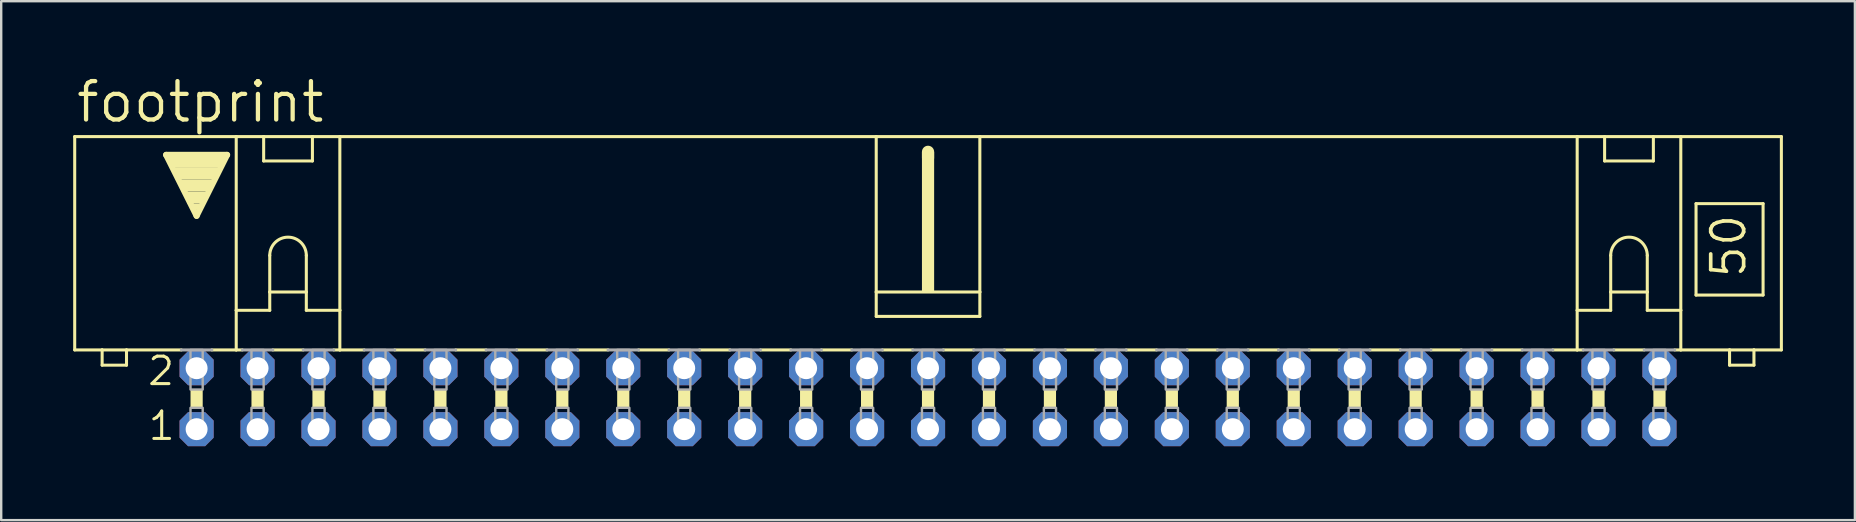
<source format=kicad_pcb>
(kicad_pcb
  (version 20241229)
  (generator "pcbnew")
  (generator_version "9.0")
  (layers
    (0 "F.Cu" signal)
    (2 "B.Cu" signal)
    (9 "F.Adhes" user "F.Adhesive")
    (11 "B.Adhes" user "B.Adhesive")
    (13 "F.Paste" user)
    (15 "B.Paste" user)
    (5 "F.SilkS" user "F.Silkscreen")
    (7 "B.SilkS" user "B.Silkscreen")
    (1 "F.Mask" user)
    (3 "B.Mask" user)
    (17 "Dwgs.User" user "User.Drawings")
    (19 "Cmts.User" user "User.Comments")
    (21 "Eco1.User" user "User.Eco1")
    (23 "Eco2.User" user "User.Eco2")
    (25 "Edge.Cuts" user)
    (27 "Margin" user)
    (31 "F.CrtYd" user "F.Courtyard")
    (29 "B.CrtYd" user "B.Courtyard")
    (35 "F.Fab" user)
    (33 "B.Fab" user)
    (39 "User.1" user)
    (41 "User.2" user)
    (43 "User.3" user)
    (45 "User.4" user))
  (footprint "footprint"
    (layer "F.Cu")
    (at 35.623 13.564)
    (property "Reference" "footprint" (at -35.585 -11.43 0) (layer "F.SilkS") (effects (font (size 1.6 1.6) (thickness 0.178)) (justify left bottom)))
    (fp_line (start -35.56 -10.922) (end -35.56 -2.032) (stroke (width 0.127) (type solid)) (layer "F.SilkS"))
    (fp_line (start -34.417 -2.032) (end -35.56 -2.032) (stroke (width 0.127) (type solid)) (layer "F.SilkS"))
    (fp_line (start -34.417 -2.032) (end -34.417 -1.397) (stroke (width 0.127) (type solid)) (layer "F.SilkS"))
    (fp_line (start -33.401 -2.032) (end -34.417 -2.032) (stroke (width 0.127) (type solid)) (layer "F.SilkS"))
    (fp_line (start -33.401 -1.397) (end -34.417 -1.397) (stroke (width 0.127) (type solid)) (layer "F.SilkS"))
    (fp_line (start -33.401 -1.397) (end -33.401 -2.032) (stroke (width 0.127) (type solid)) (layer "F.SilkS"))
    (fp_line (start -31.75 -10.16) (end -29.21 -10.16) (stroke (width 0.254) (type solid)) (layer "F.SilkS"))
    (fp_line (start -31.115 -2.032) (end -33.401 -2.032) (stroke (width 0.127) (type solid)) (layer "F.SilkS"))
    (fp_line (start -30.48 -7.62) (end -31.75 -10.16) (stroke (width 0.254) (type solid)) (layer "F.SilkS"))
    (fp_line (start -29.845 -2.032) (end -28.829 -2.032) (stroke (width 0.127) (type solid)) (layer "F.SilkS"))
    (fp_line (start -29.21 -10.16) (end -30.48 -7.62) (stroke (width 0.254) (type solid)) (layer "F.SilkS"))
    (fp_line (start -28.829 -10.922) (end -35.56 -10.922) (stroke (width 0.127) (type solid)) (layer "F.SilkS"))
    (fp_line (start -28.829 -10.922) (end -27.686 -10.922) (stroke (width 0.127) (type solid)) (layer "F.SilkS"))
    (fp_line (start -28.829 -3.683) (end -28.829 -10.922) (stroke (width 0.127) (type solid)) (layer "F.SilkS"))
    (fp_line (start -28.829 -3.683) (end -28.829 -2.032) (stroke (width 0.127) (type solid)) (layer "F.SilkS"))
    (fp_line (start -28.829 -3.683) (end -27.432 -3.683) (stroke (width 0.127) (type solid)) (layer "F.SilkS"))
    (fp_line (start -28.829 -2.032) (end -28.575 -2.032) (stroke (width 0.127) (type solid)) (layer "F.SilkS"))
    (fp_line (start -27.686 -10.922) (end -25.654 -10.922) (stroke (width 0.127) (type solid)) (layer "F.SilkS"))
    (fp_line (start -27.686 -9.906) (end -27.686 -10.922) (stroke (width 0.127) (type solid)) (layer "F.SilkS"))
    (fp_line (start -27.686 -9.906) (end -25.654 -9.906) (stroke (width 0.127) (type solid)) (layer "F.SilkS"))
    (fp_line (start -27.432 -5.969) (end -27.432 -4.445) (stroke (width 0.127) (type solid)) (layer "F.SilkS"))
    (fp_line (start -27.432 -4.445) (end -27.432 -3.683) (stroke (width 0.127) (type solid)) (layer "F.SilkS"))
    (fp_line (start -27.432 -4.445) (end -25.908 -4.445) (stroke (width 0.127) (type solid)) (layer "F.SilkS"))
    (fp_line (start -27.305 -2.032) (end -26.035 -2.032) (stroke (width 0.127) (type solid)) (layer "F.SilkS"))
    (fp_line (start -25.908 -5.969) (end -25.908 -4.445) (stroke (width 0.127) (type solid)) (layer "F.SilkS"))
    (fp_line (start -25.908 -4.445) (end -25.908 -3.683) (stroke (width 0.127) (type solid)) (layer "F.SilkS"))
    (fp_line (start -25.908 -3.683) (end -24.511 -3.683) (stroke (width 0.127) (type solid)) (layer "F.SilkS"))
    (fp_line (start -25.654 -10.922) (end -25.654 -9.906) (stroke (width 0.127) (type solid)) (layer "F.SilkS"))
    (fp_line (start -25.654 -10.922) (end -24.511 -10.922) (stroke (width 0.127) (type solid)) (layer "F.SilkS"))
    (fp_line (start -24.511 -10.922) (end -2.159 -10.922) (stroke (width 0.127) (type solid)) (layer "F.SilkS"))
    (fp_line (start -24.511 -3.683) (end -24.511 -10.922) (stroke (width 0.127) (type solid)) (layer "F.SilkS"))
    (fp_line (start -24.511 -3.683) (end -24.511 -2.032) (stroke (width 0.127) (type solid)) (layer "F.SilkS"))
    (fp_line (start -24.511 -2.032) (end -24.765 -2.032) (stroke (width 0.127) (type solid)) (layer "F.SilkS"))
    (fp_line (start -24.511 -2.032) (end -23.495 -2.032) (stroke (width 0.127) (type solid)) (layer "F.SilkS"))
    (fp_line (start -22.225 -2.032) (end -20.955 -2.032) (stroke (width 0.127) (type solid)) (layer "F.SilkS"))
    (fp_line (start -19.685 -2.032) (end -18.415 -2.032) (stroke (width 0.127) (type solid)) (layer "F.SilkS"))
    (fp_line (start -17.145 -2.032) (end -15.875 -2.032) (stroke (width 0.127) (type solid)) (layer "F.SilkS"))
    (fp_line (start -14.605 -2.032) (end -13.335 -2.032) (stroke (width 0.127) (type solid)) (layer "F.SilkS"))
    (fp_line (start -12.065 -2.032) (end -10.795 -2.032) (stroke (width 0.127) (type solid)) (layer "F.SilkS"))
    (fp_line (start -9.525 -2.032) (end -8.255 -2.032) (stroke (width 0.127) (type solid)) (layer "F.SilkS"))
    (fp_line (start -6.985 -2.032) (end -5.715 -2.032) (stroke (width 0.127) (type solid)) (layer "F.SilkS"))
    (fp_line (start -4.445 -2.032) (end -3.175 -2.032) (stroke (width 0.127) (type solid)) (layer "F.SilkS"))
    (fp_line (start -2.159 -10.922) (end -2.159 -4.445) (stroke (width 0.127) (type solid)) (layer "F.SilkS"))
    (fp_line (start -2.159 -10.922) (end 2.159 -10.922) (stroke (width 0.127) (type solid)) (layer "F.SilkS"))
    (fp_line (start -2.159 -4.445) (end -2.159 -3.429) (stroke (width 0.127) (type solid)) (layer "F.SilkS"))
    (fp_line (start -1.905 -2.032) (end -0.635 -2.032) (stroke (width 0.127) (type solid)) (layer "F.SilkS"))
    (fp_line (start 0 -10.033) (end 0 -10.287) (stroke (width 0.508) (type solid)) (layer "F.SilkS"))
    (fp_line (start 0.635 -2.032) (end 1.905 -2.032) (stroke (width 0.127) (type solid)) (layer "F.SilkS"))
    (fp_line (start 2.159 -10.922) (end 2.159 -4.445) (stroke (width 0.127) (type solid)) (layer "F.SilkS"))
    (fp_line (start 2.159 -10.922) (end 27.051 -10.922) (stroke (width 0.127) (type solid)) (layer "F.SilkS"))
    (fp_line (start 2.159 -4.445) (end -2.159 -4.445) (stroke (width 0.127) (type solid)) (layer "F.SilkS"))
    (fp_line (start 2.159 -4.445) (end 2.159 -3.429) (stroke (width 0.127) (type solid)) (layer "F.SilkS"))
    (fp_line (start 2.159 -3.429) (end -2.159 -3.429) (stroke (width 0.127) (type solid)) (layer "F.SilkS"))
    (fp_line (start 3.175 -2.032) (end 4.445 -2.032) (stroke (width 0.127) (type solid)) (layer "F.SilkS"))
    (fp_line (start 5.715 -2.032) (end 6.985 -2.032) (stroke (width 0.127) (type solid)) (layer "F.SilkS"))
    (fp_line (start 8.255 -2.032) (end 9.525 -2.032) (stroke (width 0.127) (type solid)) (layer "F.SilkS"))
    (fp_line (start 10.795 -2.032) (end 12.065 -2.032) (stroke (width 0.127) (type solid)) (layer "F.SilkS"))
    (fp_line (start 13.335 -2.032) (end 14.605 -2.032) (stroke (width 0.127) (type solid)) (layer "F.SilkS"))
    (fp_line (start 15.875 -2.032) (end 17.145 -2.032) (stroke (width 0.127) (type solid)) (layer "F.SilkS"))
    (fp_line (start 18.415 -2.032) (end 19.685 -2.032) (stroke (width 0.127) (type solid)) (layer "F.SilkS"))
    (fp_line (start 20.955 -2.032) (end 22.225 -2.032) (stroke (width 0.127) (type solid)) (layer "F.SilkS"))
    (fp_line (start 23.495 -2.032) (end 24.765 -2.032) (stroke (width 0.127) (type solid)) (layer "F.SilkS"))
    (fp_line (start 26.035 -2.032) (end 27.051 -2.032) (stroke (width 0.127) (type solid)) (layer "F.SilkS"))
    (fp_line (start 27.051 -10.922) (end 35.56 -10.922) (stroke (width 0.127) (type solid)) (layer "F.SilkS"))
    (fp_line (start 27.051 -3.683) (end 27.051 -10.922) (stroke (width 0.127) (type solid)) (layer "F.SilkS"))
    (fp_line (start 27.051 -3.683) (end 27.051 -2.032) (stroke (width 0.127) (type solid)) (layer "F.SilkS"))
    (fp_line (start 27.051 -3.683) (end 28.448 -3.683) (stroke (width 0.127) (type solid)) (layer "F.SilkS"))
    (fp_line (start 27.051 -2.032) (end 27.305 -2.032) (stroke (width 0.127) (type solid)) (layer "F.SilkS"))
    (fp_line (start 28.194 -9.906) (end 28.194 -10.922) (stroke (width 0.127) (type solid)) (layer "F.SilkS"))
    (fp_line (start 28.194 -9.906) (end 30.226 -9.906) (stroke (width 0.127) (type solid)) (layer "F.SilkS"))
    (fp_line (start 28.448 -5.969) (end 28.448 -4.445) (stroke (width 0.127) (type solid)) (layer "F.SilkS"))
    (fp_line (start 28.448 -4.445) (end 28.448 -3.683) (stroke (width 0.127) (type solid)) (layer "F.SilkS"))
    (fp_line (start 28.448 -4.445) (end 29.972 -4.445) (stroke (width 0.127) (type solid)) (layer "F.SilkS"))
    (fp_line (start 28.575 -2.032) (end 29.845 -2.032) (stroke (width 0.127) (type solid)) (layer "F.SilkS"))
    (fp_line (start 29.972 -5.969) (end 29.972 -4.445) (stroke (width 0.127) (type solid)) (layer "F.SilkS"))
    (fp_line (start 29.972 -4.445) (end 29.972 -3.683) (stroke (width 0.127) (type solid)) (layer "F.SilkS"))
    (fp_line (start 29.972 -3.683) (end 31.369 -3.683) (stroke (width 0.127) (type solid)) (layer "F.SilkS"))
    (fp_line (start 30.226 -10.922) (end 30.226 -9.906) (stroke (width 0.127) (type solid)) (layer "F.SilkS"))
    (fp_line (start 31.369 -3.683) (end 31.369 -10.922) (stroke (width 0.127) (type solid)) (layer "F.SilkS"))
    (fp_line (start 31.369 -3.683) (end 31.369 -2.032) (stroke (width 0.127) (type solid)) (layer "F.SilkS"))
    (fp_line (start 31.369 -2.032) (end 31.115 -2.032) (stroke (width 0.127) (type solid)) (layer "F.SilkS"))
    (fp_line (start 32.004 -8.128) (end 32.004 -4.318) (stroke (width 0.127) (type solid)) (layer "F.SilkS"))
    (fp_line (start 32.004 -8.128) (end 34.798 -8.128) (stroke (width 0.127) (type solid)) (layer "F.SilkS"))
    (fp_line (start 32.004 -4.318) (end 34.798 -4.318) (stroke (width 0.127) (type solid)) (layer "F.SilkS"))
    (fp_line (start 33.401 -2.032) (end 31.369 -2.032) (stroke (width 0.127) (type solid)) (layer "F.SilkS"))
    (fp_line (start 33.401 -2.032) (end 33.401 -1.397) (stroke (width 0.127) (type solid)) (layer "F.SilkS"))
    (fp_line (start 34.417 -2.032) (end 33.401 -2.032) (stroke (width 0.127) (type solid)) (layer "F.SilkS"))
    (fp_line (start 34.417 -1.397) (end 33.401 -1.397) (stroke (width 0.127) (type solid)) (layer "F.SilkS"))
    (fp_line (start 34.417 -1.397) (end 34.417 -2.032) (stroke (width 0.127) (type solid)) (layer "F.SilkS"))
    (fp_line (start 34.798 -4.318) (end 34.798 -8.128) (stroke (width 0.127) (type solid)) (layer "F.SilkS"))
    (fp_line (start 35.56 -2.032) (end 34.417 -2.032) (stroke (width 0.127) (type solid)) (layer "F.SilkS"))
    (fp_line (start 35.56 -2.032) (end 35.56 -10.922) (stroke (width 0.127) (type solid)) (layer "F.SilkS"))
    (fp_arc (start -27.432 -5.969) (mid -26.67 -6.731) (end -25.908 -5.969) (stroke (width 0.127) (type solid)) (layer "F.SilkS"))
    (fp_arc (start 28.448 -5.969) (mid 29.21 -6.731) (end 29.972 -5.969) (stroke (width 0.127) (type solid)) (layer "F.SilkS"))
    (fp_poly (pts (xy -31.623 -9.652) (xy -29.337 -9.652) (xy -29.337 -10.16) (xy -31.623 -10.16)) (stroke (width 0) (type solid)) (fill yes) (layer "F.SilkS"))
    (fp_poly (pts (xy -31.369 -9.144) (xy -29.591 -9.144) (xy -29.591 -9.652) (xy -31.369 -9.652)) (stroke (width 0) (type solid)) (fill yes) (layer "F.SilkS"))
    (fp_poly (pts (xy -31.115 -8.636) (xy -29.845 -8.636) (xy -29.845 -9.144) (xy -31.115 -9.144)) (stroke (width 0) (type solid)) (fill yes) (layer "F.SilkS"))
    (fp_poly (pts (xy -30.861 -8.128) (xy -30.099 -8.128) (xy -30.099 -8.636) (xy -30.861 -8.636)) (stroke (width 0) (type solid)) (fill yes) (layer "F.SilkS"))
    (fp_poly (pts (xy -30.734 0.381) (xy -30.226 0.381) (xy -30.226 -0.381) (xy -30.734 -0.381)) (stroke (width 0) (type solid)) (fill yes) (layer "F.SilkS"))
    (fp_poly (pts (xy -30.607 -7.874) (xy -30.353 -7.874) (xy -30.353 -8.128) (xy -30.607 -8.128)) (stroke (width 0) (type solid)) (fill yes) (layer "F.SilkS"))
    (fp_poly (pts (xy -28.194 0.381) (xy -27.686 0.381) (xy -27.686 -0.381) (xy -28.194 -0.381)) (stroke (width 0) (type solid)) (fill yes) (layer "F.SilkS"))
    (fp_poly (pts (xy -25.654 0.381) (xy -25.146 0.381) (xy -25.146 -0.381) (xy -25.654 -0.381)) (stroke (width 0) (type solid)) (fill yes) (layer "F.SilkS"))
    (fp_poly (pts (xy -23.114 0.381) (xy -22.606 0.381) (xy -22.606 -0.381) (xy -23.114 -0.381)) (stroke (width 0) (type solid)) (fill yes) (layer "F.SilkS"))
    (fp_poly (pts (xy -20.574 0.381) (xy -20.066 0.381) (xy -20.066 -0.381) (xy -20.574 -0.381)) (stroke (width 0) (type solid)) (fill yes) (layer "F.SilkS"))
    (fp_poly (pts (xy -18.034 0.381) (xy -17.526 0.381) (xy -17.526 -0.381) (xy -18.034 -0.381)) (stroke (width 0) (type solid)) (fill yes) (layer "F.SilkS"))
    (fp_poly (pts (xy -15.494 0.381) (xy -14.986 0.381) (xy -14.986 -0.381) (xy -15.494 -0.381)) (stroke (width 0) (type solid)) (fill yes) (layer "F.SilkS"))
    (fp_poly (pts (xy -12.954 0.381) (xy -12.446 0.381) (xy -12.446 -0.381) (xy -12.954 -0.381)) (stroke (width 0) (type solid)) (fill yes) (layer "F.SilkS"))
    (fp_poly (pts (xy -10.414 0.381) (xy -9.906 0.381) (xy -9.906 -0.381) (xy -10.414 -0.381)) (stroke (width 0) (type solid)) (fill yes) (layer "F.SilkS"))
    (fp_poly (pts (xy -7.874 0.381) (xy -7.366 0.381) (xy -7.366 -0.381) (xy -7.874 -0.381)) (stroke (width 0) (type solid)) (fill yes) (layer "F.SilkS"))
    (fp_poly (pts (xy -5.334 0.381) (xy -4.826 0.381) (xy -4.826 -0.381) (xy -5.334 -0.381)) (stroke (width 0) (type solid)) (fill yes) (layer "F.SilkS"))
    (fp_poly (pts (xy -2.794 0.381) (xy -2.286 0.381) (xy -2.286 -0.381) (xy -2.794 -0.381)) (stroke (width 0) (type solid)) (fill yes) (layer "F.SilkS"))
    (fp_poly (pts (xy -0.254 -4.445) (xy 0.254 -4.445) (xy 0.254 -10.287) (xy -0.254 -10.287)) (stroke (width 0) (type solid)) (fill yes) (layer "F.SilkS"))
    (fp_poly (pts (xy -0.254 0.381) (xy 0.254 0.381) (xy 0.254 -0.381) (xy -0.254 -0.381)) (stroke (width 0) (type solid)) (fill yes) (layer "F.SilkS"))
    (fp_poly (pts (xy 2.286 0.381) (xy 2.794 0.381) (xy 2.794 -0.381) (xy 2.286 -0.381)) (stroke (width 0) (type solid)) (fill yes) (layer "F.SilkS"))
    (fp_poly (pts (xy 4.826 0.381) (xy 5.334 0.381) (xy 5.334 -0.381) (xy 4.826 -0.381)) (stroke (width 0) (type solid)) (fill yes) (layer "F.SilkS"))
    (fp_poly (pts (xy 7.366 0.381) (xy 7.874 0.381) (xy 7.874 -0.381) (xy 7.366 -0.381)) (stroke (width 0) (type solid)) (fill yes) (layer "F.SilkS"))
    (fp_poly (pts (xy 9.906 0.381) (xy 10.414 0.381) (xy 10.414 -0.381) (xy 9.906 -0.381)) (stroke (width 0) (type solid)) (fill yes) (layer "F.SilkS"))
    (fp_poly (pts (xy 12.446 0.381) (xy 12.954 0.381) (xy 12.954 -0.381) (xy 12.446 -0.381)) (stroke (width 0) (type solid)) (fill yes) (layer "F.SilkS"))
    (fp_poly (pts (xy 14.986 0.381) (xy 15.494 0.381) (xy 15.494 -0.381) (xy 14.986 -0.381)) (stroke (width 0) (type solid)) (fill yes) (layer "F.SilkS"))
    (fp_poly (pts (xy 17.526 0.381) (xy 18.034 0.381) (xy 18.034 -0.381) (xy 17.526 -0.381)) (stroke (width 0) (type solid)) (fill yes) (layer "F.SilkS"))
    (fp_poly (pts (xy 20.066 0.381) (xy 20.574 0.381) (xy 20.574 -0.381) (xy 20.066 -0.381)) (stroke (width 0) (type solid)) (fill yes) (layer "F.SilkS"))
    (fp_poly (pts (xy 22.606 0.381) (xy 23.114 0.381) (xy 23.114 -0.381) (xy 22.606 -0.381)) (stroke (width 0) (type solid)) (fill yes) (layer "F.SilkS"))
    (fp_poly (pts (xy 25.146 0.381) (xy 25.654 0.381) (xy 25.654 -0.381) (xy 25.146 -0.381)) (stroke (width 0) (type solid)) (fill yes) (layer "F.SilkS"))
    (fp_poly (pts (xy 27.686 0.381) (xy 28.194 0.381) (xy 28.194 -0.381) (xy 27.686 -0.381)) (stroke (width 0) (type solid)) (fill yes) (layer "F.SilkS"))
    (fp_poly (pts (xy 30.226 0.381) (xy 30.734 0.381) (xy 30.734 -0.381) (xy 30.226 -0.381)) (stroke (width 0) (type solid)) (fill yes) (layer "F.SilkS"))
    (fp_line (start -31.115 -2.032) (end -29.845 -2.032) (stroke (width 0.127) (type solid)) (layer "F.Fab"))
    (fp_line (start -28.575 -2.032) (end -27.305 -2.032) (stroke (width 0.127) (type solid)) (layer "F.Fab"))
    (fp_line (start -26.035 -2.032) (end -24.765 -2.032) (stroke (width 0.127) (type solid)) (layer "F.Fab"))
    (fp_line (start -23.495 -2.032) (end -22.225 -2.032) (stroke (width 0.127) (type solid)) (layer "F.Fab"))
    (fp_line (start -20.955 -2.032) (end -19.685 -2.032) (stroke (width 0.127) (type solid)) (layer "F.Fab"))
    (fp_line (start -18.415 -2.032) (end -17.145 -2.032) (stroke (width 0.127) (type solid)) (layer "F.Fab"))
    (fp_line (start -15.875 -2.032) (end -14.605 -2.032) (stroke (width 0.127) (type solid)) (layer "F.Fab"))
    (fp_line (start -13.335 -2.032) (end -12.065 -2.032) (stroke (width 0.127) (type solid)) (layer "F.Fab"))
    (fp_line (start -10.795 -2.032) (end -9.525 -2.032) (stroke (width 0.127) (type solid)) (layer "F.Fab"))
    (fp_line (start -8.255 -2.032) (end -6.985 -2.032) (stroke (width 0.127) (type solid)) (layer "F.Fab"))
    (fp_line (start -5.715 -2.032) (end -4.445 -2.032) (stroke (width 0.127) (type solid)) (layer "F.Fab"))
    (fp_line (start -3.175 -2.032) (end -1.905 -2.032) (stroke (width 0.127) (type solid)) (layer "F.Fab"))
    (fp_line (start -0.635 -2.032) (end 0.635 -2.032) (stroke (width 0.127) (type solid)) (layer "F.Fab"))
    (fp_line (start 1.905 -2.032) (end 3.175 -2.032) (stroke (width 0.127) (type solid)) (layer "F.Fab"))
    (fp_line (start 4.445 -2.032) (end 5.715 -2.032) (stroke (width 0.127) (type solid)) (layer "F.Fab"))
    (fp_line (start 6.985 -2.032) (end 8.255 -2.032) (stroke (width 0.127) (type solid)) (layer "F.Fab"))
    (fp_line (start 9.525 -2.032) (end 10.795 -2.032) (stroke (width 0.127) (type solid)) (layer "F.Fab"))
    (fp_line (start 13.335 -2.032) (end 12.065 -2.032) (stroke (width 0.127) (type solid)) (layer "F.Fab"))
    (fp_line (start 15.875 -2.032) (end 14.605 -2.032) (stroke (width 0.127) (type solid)) (layer "F.Fab"))
    (fp_line (start 18.415 -2.032) (end 17.145 -2.032) (stroke (width 0.127) (type solid)) (layer "F.Fab"))
    (fp_line (start 20.955 -2.032) (end 19.685 -2.032) (stroke (width 0.127) (type solid)) (layer "F.Fab"))
    (fp_line (start 23.495 -2.032) (end 22.225 -2.032) (stroke (width 0.127) (type solid)) (layer "F.Fab"))
    (fp_line (start 26.035 -2.032) (end 24.765 -2.032) (stroke (width 0.127) (type solid)) (layer "F.Fab"))
    (fp_line (start 28.575 -2.032) (end 27.305 -2.032) (stroke (width 0.127) (type solid)) (layer "F.Fab"))
    (fp_line (start 31.115 -2.032) (end 29.845 -2.032) (stroke (width 0.127) (type solid)) (layer "F.Fab"))
    (fp_poly (pts (xy -30.734 -0.381) (xy -30.226 -0.381) (xy -30.226 -2.032) (xy -30.734 -2.032)) (stroke (width 0.1) (type solid)) (fill no) (layer "F.Fab"))
    (fp_poly (pts (xy -30.734 1.524) (xy -30.226 1.524) (xy -30.226 0.381) (xy -30.734 0.381)) (stroke (width 0.1) (type solid)) (fill no) (layer "F.Fab"))
    (fp_poly (pts (xy -28.194 -0.381) (xy -27.686 -0.381) (xy -27.686 -2.032) (xy -28.194 -2.032)) (stroke (width 0.1) (type solid)) (fill no) (layer "F.Fab"))
    (fp_poly (pts (xy -28.194 1.524) (xy -27.686 1.524) (xy -27.686 0.381) (xy -28.194 0.381)) (stroke (width 0.1) (type solid)) (fill no) (layer "F.Fab"))
    (fp_poly (pts (xy -25.654 -0.381) (xy -25.146 -0.381) (xy -25.146 -2.032) (xy -25.654 -2.032)) (stroke (width 0.1) (type solid)) (fill no) (layer "F.Fab"))
    (fp_poly (pts (xy -25.654 1.524) (xy -25.146 1.524) (xy -25.146 0.381) (xy -25.654 0.381)) (stroke (width 0.1) (type solid)) (fill no) (layer "F.Fab"))
    (fp_poly (pts (xy -23.114 -0.381) (xy -22.606 -0.381) (xy -22.606 -2.032) (xy -23.114 -2.032)) (stroke (width 0.1) (type solid)) (fill no) (layer "F.Fab"))
    (fp_poly (pts (xy -23.114 1.524) (xy -22.606 1.524) (xy -22.606 0.381) (xy -23.114 0.381)) (stroke (width 0.1) (type solid)) (fill no) (layer "F.Fab"))
    (fp_poly (pts (xy -20.574 -0.381) (xy -20.066 -0.381) (xy -20.066 -2.032) (xy -20.574 -2.032)) (stroke (width 0.1) (type solid)) (fill no) (layer "F.Fab"))
    (fp_poly (pts (xy -20.574 1.524) (xy -20.066 1.524) (xy -20.066 0.381) (xy -20.574 0.381)) (stroke (width 0.1) (type solid)) (fill no) (layer "F.Fab"))
    (fp_poly (pts (xy -18.034 -0.381) (xy -17.526 -0.381) (xy -17.526 -2.032) (xy -18.034 -2.032)) (stroke (width 0.1) (type solid)) (fill no) (layer "F.Fab"))
    (fp_poly (pts (xy -18.034 1.524) (xy -17.526 1.524) (xy -17.526 0.381) (xy -18.034 0.381)) (stroke (width 0.1) (type solid)) (fill no) (layer "F.Fab"))
    (fp_poly (pts (xy -15.494 -0.381) (xy -14.986 -0.381) (xy -14.986 -2.032) (xy -15.494 -2.032)) (stroke (width 0.1) (type solid)) (fill no) (layer "F.Fab"))
    (fp_poly (pts (xy -15.494 1.524) (xy -14.986 1.524) (xy -14.986 0.381) (xy -15.494 0.381)) (stroke (width 0.1) (type solid)) (fill no) (layer "F.Fab"))
    (fp_poly (pts (xy -12.954 -0.381) (xy -12.446 -0.381) (xy -12.446 -2.032) (xy -12.954 -2.032)) (stroke (width 0.1) (type solid)) (fill no) (layer "F.Fab"))
    (fp_poly (pts (xy -12.954 1.524) (xy -12.446 1.524) (xy -12.446 0.381) (xy -12.954 0.381)) (stroke (width 0.1) (type solid)) (fill no) (layer "F.Fab"))
    (fp_poly (pts (xy -10.414 -0.381) (xy -9.906 -0.381) (xy -9.906 -2.032) (xy -10.414 -2.032)) (stroke (width 0.1) (type solid)) (fill no) (layer "F.Fab"))
    (fp_poly (pts (xy -10.414 1.524) (xy -9.906 1.524) (xy -9.906 0.381) (xy -10.414 0.381)) (stroke (width 0.1) (type solid)) (fill no) (layer "F.Fab"))
    (fp_poly (pts (xy -7.874 -0.381) (xy -7.366 -0.381) (xy -7.366 -2.032) (xy -7.874 -2.032)) (stroke (width 0.1) (type solid)) (fill no) (layer "F.Fab"))
    (fp_poly (pts (xy -7.874 1.524) (xy -7.366 1.524) (xy -7.366 0.381) (xy -7.874 0.381)) (stroke (width 0.1) (type solid)) (fill no) (layer "F.Fab"))
    (fp_poly (pts (xy -5.334 -0.381) (xy -4.826 -0.381) (xy -4.826 -2.032) (xy -5.334 -2.032)) (stroke (width 0.1) (type solid)) (fill no) (layer "F.Fab"))
    (fp_poly (pts (xy -5.334 1.524) (xy -4.826 1.524) (xy -4.826 0.381) (xy -5.334 0.381)) (stroke (width 0.1) (type solid)) (fill no) (layer "F.Fab"))
    (fp_poly (pts (xy -2.794 -0.381) (xy -2.286 -0.381) (xy -2.286 -2.032) (xy -2.794 -2.032)) (stroke (width 0.1) (type solid)) (fill no) (layer "F.Fab"))
    (fp_poly (pts (xy -2.794 1.524) (xy -2.286 1.524) (xy -2.286 0.381) (xy -2.794 0.381)) (stroke (width 0.1) (type solid)) (fill no) (layer "F.Fab"))
    (fp_poly (pts (xy -0.254 -0.381) (xy 0.254 -0.381) (xy 0.254 -2.032) (xy -0.254 -2.032)) (stroke (width 0.1) (type solid)) (fill no) (layer "F.Fab"))
    (fp_poly (pts (xy -0.254 1.524) (xy 0.254 1.524) (xy 0.254 0.381) (xy -0.254 0.381)) (stroke (width 0.1) (type solid)) (fill no) (layer "F.Fab"))
    (fp_poly (pts (xy 2.286 -0.381) (xy 2.794 -0.381) (xy 2.794 -2.032) (xy 2.286 -2.032)) (stroke (width 0.1) (type solid)) (fill no) (layer "F.Fab"))
    (fp_poly (pts (xy 2.286 1.524) (xy 2.794 1.524) (xy 2.794 0.381) (xy 2.286 0.381)) (stroke (width 0.1) (type solid)) (fill no) (layer "F.Fab"))
    (fp_poly (pts (xy 4.826 -0.381) (xy 5.334 -0.381) (xy 5.334 -2.032) (xy 4.826 -2.032)) (stroke (width 0.1) (type solid)) (fill no) (layer "F.Fab"))
    (fp_poly (pts (xy 4.826 1.524) (xy 5.334 1.524) (xy 5.334 0.381) (xy 4.826 0.381)) (stroke (width 0.1) (type solid)) (fill no) (layer "F.Fab"))
    (fp_poly (pts (xy 7.366 -0.381) (xy 7.874 -0.381) (xy 7.874 -2.032) (xy 7.366 -2.032)) (stroke (width 0.1) (type solid)) (fill no) (layer "F.Fab"))
    (fp_poly (pts (xy 7.366 1.524) (xy 7.874 1.524) (xy 7.874 0.381) (xy 7.366 0.381)) (stroke (width 0.1) (type solid)) (fill no) (layer "F.Fab"))
    (fp_poly (pts (xy 9.906 -0.381) (xy 10.414 -0.381) (xy 10.414 -2.032) (xy 9.906 -2.032)) (stroke (width 0.1) (type solid)) (fill no) (layer "F.Fab"))
    (fp_poly (pts (xy 9.906 1.524) (xy 10.414 1.524) (xy 10.414 0.381) (xy 9.906 0.381)) (stroke (width 0.1) (type solid)) (fill no) (layer "F.Fab"))
    (fp_poly (pts (xy 12.446 -0.381) (xy 12.954 -0.381) (xy 12.954 -2.032) (xy 12.446 -2.032)) (stroke (width 0.1) (type solid)) (fill no) (layer "F.Fab"))
    (fp_poly (pts (xy 12.446 1.524) (xy 12.954 1.524) (xy 12.954 0.381) (xy 12.446 0.381)) (stroke (width 0.1) (type solid)) (fill no) (layer "F.Fab"))
    (fp_poly (pts (xy 14.986 -0.381) (xy 15.494 -0.381) (xy 15.494 -2.032) (xy 14.986 -2.032)) (stroke (width 0.1) (type solid)) (fill no) (layer "F.Fab"))
    (fp_poly (pts (xy 14.986 1.524) (xy 15.494 1.524) (xy 15.494 0.381) (xy 14.986 0.381)) (stroke (width 0.1) (type solid)) (fill no) (layer "F.Fab"))
    (fp_poly (pts (xy 17.526 -0.381) (xy 18.034 -0.381) (xy 18.034 -2.032) (xy 17.526 -2.032)) (stroke (width 0.1) (type solid)) (fill no) (layer "F.Fab"))
    (fp_poly (pts (xy 17.526 1.524) (xy 18.034 1.524) (xy 18.034 0.381) (xy 17.526 0.381)) (stroke (width 0.1) (type solid)) (fill no) (layer "F.Fab"))
    (fp_poly (pts (xy 20.066 -0.381) (xy 20.574 -0.381) (xy 20.574 -2.032) (xy 20.066 -2.032)) (stroke (width 0.1) (type solid)) (fill no) (layer "F.Fab"))
    (fp_poly (pts (xy 20.066 1.524) (xy 20.574 1.524) (xy 20.574 0.381) (xy 20.066 0.381)) (stroke (width 0.1) (type solid)) (fill no) (layer "F.Fab"))
    (fp_poly (pts (xy 22.606 -0.381) (xy 23.114 -0.381) (xy 23.114 -2.032) (xy 22.606 -2.032)) (stroke (width 0.1) (type solid)) (fill no) (layer "F.Fab"))
    (fp_poly (pts (xy 22.606 1.524) (xy 23.114 1.524) (xy 23.114 0.381) (xy 22.606 0.381)) (stroke (width 0.1) (type solid)) (fill no) (layer "F.Fab"))
    (fp_poly (pts (xy 25.146 -0.381) (xy 25.654 -0.381) (xy 25.654 -2.032) (xy 25.146 -2.032)) (stroke (width 0.1) (type solid)) (fill no) (layer "F.Fab"))
    (fp_poly (pts (xy 25.146 1.524) (xy 25.654 1.524) (xy 25.654 0.381) (xy 25.146 0.381)) (stroke (width 0.1) (type solid)) (fill no) (layer "F.Fab"))
    (fp_poly (pts (xy 27.686 -0.381) (xy 28.194 -0.381) (xy 28.194 -2.032) (xy 27.686 -2.032)) (stroke (width 0.1) (type solid)) (fill no) (layer "F.Fab"))
    (fp_poly (pts (xy 27.686 1.524) (xy 28.194 1.524) (xy 28.194 0.381) (xy 27.686 0.381)) (stroke (width 0.1) (type solid)) (fill no) (layer "F.Fab"))
    (fp_poly (pts (xy 30.226 -0.381) (xy 30.734 -0.381) (xy 30.734 -2.032) (xy 30.226 -2.032)) (stroke (width 0.1) (type solid)) (fill no) (layer "F.Fab"))
    (fp_poly (pts (xy 30.226 1.524) (xy 30.734 1.524) (xy 30.734 0.381) (xy 30.226 0.381)) (stroke (width 0.1) (type solid)) (fill no) (layer "F.Fab"))
    (fp_text user "50" (at 34.163 -4.953 90) (layer "F.SilkS") (effects (font (size 1.372 1.372) (thickness 0.152)) (justify left bottom)))
    (fp_text user "1" (at -32.563 1.803 0) (layer "F.SilkS") (effects (font (size 1.143 1.143) (thickness 0.127)) (justify left bottom)))
    (fp_text user "2" (at -32.588 -0.483 0) (layer "F.SilkS") (effects (font (size 1.143 1.143) (thickness 0.127)) (justify left bottom)))
    (pad "1" thru_hole roundrect (at -30.48 1.27) (size 1.422 1.422) (drill 0.914) (layers "*.Cu" "*.Mask") (roundrect_rratio 0.25) (chamfer_ratio 0.25) (chamfer top_left top_right bottom_left bottom_right))
    (pad "2" thru_hole roundrect (at -30.48 -1.27) (size 1.422 1.422) (drill 0.914) (layers "*.Cu" "*.Mask") (roundrect_rratio 0.25) (chamfer_ratio 0.25) (chamfer top_left top_right bottom_left bottom_right))
    (pad "3" thru_hole roundrect (at -27.94 1.27) (size 1.422 1.422) (drill 0.914) (layers "*.Cu" "*.Mask") (roundrect_rratio 0.25) (chamfer_ratio 0.25) (chamfer top_left top_right bottom_left bottom_right))
    (pad "4" thru_hole roundrect (at -27.94 -1.27) (size 1.422 1.422) (drill 0.914) (layers "*.Cu" "*.Mask") (roundrect_rratio 0.25) (chamfer_ratio 0.25) (chamfer top_left top_right bottom_left bottom_right))
    (pad "5" thru_hole roundrect (at -25.4 1.27) (size 1.422 1.422) (drill 0.914) (layers "*.Cu" "*.Mask") (roundrect_rratio 0.25) (chamfer_ratio 0.25) (chamfer top_left top_right bottom_left bottom_right))
    (pad "6" thru_hole roundrect (at -25.4 -1.27) (size 1.422 1.422) (drill 0.914) (layers "*.Cu" "*.Mask") (roundrect_rratio 0.25) (chamfer_ratio 0.25) (chamfer top_left top_right bottom_left bottom_right))
    (pad "7" thru_hole roundrect (at -22.86 1.27) (size 1.422 1.422) (drill 0.914) (layers "*.Cu" "*.Mask") (roundrect_rratio 0.25) (chamfer_ratio 0.25) (chamfer top_left top_right bottom_left bottom_right))
    (pad "8" thru_hole roundrect (at -22.86 -1.27) (size 1.422 1.422) (drill 0.914) (layers "*.Cu" "*.Mask") (roundrect_rratio 0.25) (chamfer_ratio 0.25) (chamfer top_left top_right bottom_left bottom_right))
    (pad "9" thru_hole roundrect (at -20.32 1.27) (size 1.422 1.422) (drill 0.914) (layers "*.Cu" "*.Mask") (roundrect_rratio 0.25) (chamfer_ratio 0.25) (chamfer top_left top_right bottom_left bottom_right))
    (pad "10" thru_hole roundrect (at -20.32 -1.27) (size 1.422 1.422) (drill 0.914) (layers "*.Cu" "*.Mask") (roundrect_rratio 0.25) (chamfer_ratio 0.25) (chamfer top_left top_right bottom_left bottom_right))
    (pad "11" thru_hole roundrect (at -17.78 1.27) (size 1.422 1.422) (drill 0.914) (layers "*.Cu" "*.Mask") (roundrect_rratio 0.25) (chamfer_ratio 0.25) (chamfer top_left top_right bottom_left bottom_right))
    (pad "12" thru_hole roundrect (at -17.78 -1.27) (size 1.422 1.422) (drill 0.914) (layers "*.Cu" "*.Mask") (roundrect_rratio 0.25) (chamfer_ratio 0.25) (chamfer top_left top_right bottom_left bottom_right))
    (pad "13" thru_hole roundrect (at -15.24 1.27) (size 1.422 1.422) (drill 0.914) (layers "*.Cu" "*.Mask") (roundrect_rratio 0.25) (chamfer_ratio 0.25) (chamfer top_left top_right bottom_left bottom_right))
    (pad "14" thru_hole roundrect (at -15.24 -1.27) (size 1.422 1.422) (drill 0.914) (layers "*.Cu" "*.Mask") (roundrect_rratio 0.25) (chamfer_ratio 0.25) (chamfer top_left top_right bottom_left bottom_right))
    (pad "15" thru_hole roundrect (at -12.7 1.27) (size 1.422 1.422) (drill 0.914) (layers "*.Cu" "*.Mask") (roundrect_rratio 0.25) (chamfer_ratio 0.25) (chamfer top_left top_right bottom_left bottom_right))
    (pad "16" thru_hole roundrect (at -12.7 -1.27) (size 1.422 1.422) (drill 0.914) (layers "*.Cu" "*.Mask") (roundrect_rratio 0.25) (chamfer_ratio 0.25) (chamfer top_left top_right bottom_left bottom_right))
    (pad "17" thru_hole roundrect (at -10.16 1.27) (size 1.422 1.422) (drill 0.914) (layers "*.Cu" "*.Mask") (roundrect_rratio 0.25) (chamfer_ratio 0.25) (chamfer top_left top_right bottom_left bottom_right))
    (pad "18" thru_hole roundrect (at -10.16 -1.27) (size 1.422 1.422) (drill 0.914) (layers "*.Cu" "*.Mask") (roundrect_rratio 0.25) (chamfer_ratio 0.25) (chamfer top_left top_right bottom_left bottom_right))
    (pad "19" thru_hole roundrect (at -7.62 1.27) (size 1.422 1.422) (drill 0.914) (layers "*.Cu" "*.Mask") (roundrect_rratio 0.25) (chamfer_ratio 0.25) (chamfer top_left top_right bottom_left bottom_right))
    (pad "20" thru_hole roundrect (at -7.62 -1.27) (size 1.422 1.422) (drill 0.914) (layers "*.Cu" "*.Mask") (roundrect_rratio 0.25) (chamfer_ratio 0.25) (chamfer top_left top_right bottom_left bottom_right))
    (pad "21" thru_hole roundrect (at -5.08 1.27) (size 1.422 1.422) (drill 0.914) (layers "*.Cu" "*.Mask") (roundrect_rratio 0.25) (chamfer_ratio 0.25) (chamfer top_left top_right bottom_left bottom_right))
    (pad "22" thru_hole roundrect (at -5.08 -1.27) (size 1.422 1.422) (drill 0.914) (layers "*.Cu" "*.Mask") (roundrect_rratio 0.25) (chamfer_ratio 0.25) (chamfer top_left top_right bottom_left bottom_right))
    (pad "23" thru_hole roundrect (at -2.54 1.27) (size 1.422 1.422) (drill 0.914) (layers "*.Cu" "*.Mask") (roundrect_rratio 0.25) (chamfer_ratio 0.25) (chamfer top_left top_right bottom_left bottom_right))
    (pad "24" thru_hole roundrect (at -2.54 -1.27) (size 1.422 1.422) (drill 0.914) (layers "*.Cu" "*.Mask") (roundrect_rratio 0.25) (chamfer_ratio 0.25) (chamfer top_left top_right bottom_left bottom_right))
    (pad "25" thru_hole roundrect (at 0 1.27) (size 1.422 1.422) (drill 0.914) (layers "*.Cu" "*.Mask") (roundrect_rratio 0.25) (chamfer_ratio 0.25) (chamfer top_left top_right bottom_left bottom_right))
    (pad "26" thru_hole roundrect (at 0 -1.27) (size 1.422 1.422) (drill 0.914) (layers "*.Cu" "*.Mask") (roundrect_rratio 0.25) (chamfer_ratio 0.25) (chamfer top_left top_right bottom_left bottom_right))
    (pad "27" thru_hole roundrect (at 2.54 1.27) (size 1.422 1.422) (drill 0.914) (layers "*.Cu" "*.Mask") (roundrect_rratio 0.25) (chamfer_ratio 0.25) (chamfer top_left top_right bottom_left bottom_right))
    (pad "28" thru_hole roundrect (at 2.54 -1.27) (size 1.422 1.422) (drill 0.914) (layers "*.Cu" "*.Mask") (roundrect_rratio 0.25) (chamfer_ratio 0.25) (chamfer top_left top_right bottom_left bottom_right))
    (pad "29" thru_hole roundrect (at 5.08 1.27) (size 1.422 1.422) (drill 0.914) (layers "*.Cu" "*.Mask") (roundrect_rratio 0.25) (chamfer_ratio 0.25) (chamfer top_left top_right bottom_left bottom_right))
    (pad "30" thru_hole roundrect (at 5.08 -1.27) (size 1.422 1.422) (drill 0.914) (layers "*.Cu" "*.Mask") (roundrect_rratio 0.25) (chamfer_ratio 0.25) (chamfer top_left top_right bottom_left bottom_right))
    (pad "31" thru_hole roundrect (at 7.62 1.27) (size 1.422 1.422) (drill 0.914) (layers "*.Cu" "*.Mask") (roundrect_rratio 0.25) (chamfer_ratio 0.25) (chamfer top_left top_right bottom_left bottom_right))
    (pad "32" thru_hole roundrect (at 7.62 -1.27) (size 1.422 1.422) (drill 0.914) (layers "*.Cu" "*.Mask") (roundrect_rratio 0.25) (chamfer_ratio 0.25) (chamfer top_left top_right bottom_left bottom_right))
    (pad "33" thru_hole roundrect (at 10.16 1.27) (size 1.422 1.422) (drill 0.914) (layers "*.Cu" "*.Mask") (roundrect_rratio 0.25) (chamfer_ratio 0.25) (chamfer top_left top_right bottom_left bottom_right))
    (pad "34" thru_hole roundrect (at 10.16 -1.27) (size 1.422 1.422) (drill 0.914) (layers "*.Cu" "*.Mask") (roundrect_rratio 0.25) (chamfer_ratio 0.25) (chamfer top_left top_right bottom_left bottom_right))
    (pad "35" thru_hole roundrect (at 12.7 1.27) (size 1.422 1.422) (drill 0.914) (layers "*.Cu" "*.Mask") (roundrect_rratio 0.25) (chamfer_ratio 0.25) (chamfer top_left top_right bottom_left bottom_right))
    (pad "36" thru_hole roundrect (at 12.7 -1.27) (size 1.422 1.422) (drill 0.914) (layers "*.Cu" "*.Mask") (roundrect_rratio 0.25) (chamfer_ratio 0.25) (chamfer top_left top_right bottom_left bottom_right))
    (pad "37" thru_hole roundrect (at 15.24 1.27) (size 1.422 1.422) (drill 0.914) (layers "*.Cu" "*.Mask") (roundrect_rratio 0.25) (chamfer_ratio 0.25) (chamfer top_left top_right bottom_left bottom_right))
    (pad "38" thru_hole roundrect (at 15.24 -1.27) (size 1.422 1.422) (drill 0.914) (layers "*.Cu" "*.Mask") (roundrect_rratio 0.25) (chamfer_ratio 0.25) (chamfer top_left top_right bottom_left bottom_right))
    (pad "39" thru_hole roundrect (at 17.78 1.27) (size 1.422 1.422) (drill 0.914) (layers "*.Cu" "*.Mask") (roundrect_rratio 0.25) (chamfer_ratio 0.25) (chamfer top_left top_right bottom_left bottom_right))
    (pad "40" thru_hole roundrect (at 17.78 -1.27) (size 1.422 1.422) (drill 0.914) (layers "*.Cu" "*.Mask") (roundrect_rratio 0.25) (chamfer_ratio 0.25) (chamfer top_left top_right bottom_left bottom_right))
    (pad "41" thru_hole roundrect (at 20.32 1.27) (size 1.422 1.422) (drill 0.914) (layers "*.Cu" "*.Mask") (roundrect_rratio 0.25) (chamfer_ratio 0.25) (chamfer top_left top_right bottom_left bottom_right))
    (pad "42" thru_hole roundrect (at 20.32 -1.27) (size 1.422 1.422) (drill 0.914) (layers "*.Cu" "*.Mask") (roundrect_rratio 0.25) (chamfer_ratio 0.25) (chamfer top_left top_right bottom_left bottom_right))
    (pad "43" thru_hole roundrect (at 22.86 1.27) (size 1.422 1.422) (drill 0.914) (layers "*.Cu" "*.Mask") (roundrect_rratio 0.25) (chamfer_ratio 0.25) (chamfer top_left top_right bottom_left bottom_right))
    (pad "44" thru_hole roundrect (at 22.86 -1.27) (size 1.422 1.422) (drill 0.914) (layers "*.Cu" "*.Mask") (roundrect_rratio 0.25) (chamfer_ratio 0.25) (chamfer top_left top_right bottom_left bottom_right))
    (pad "45" thru_hole roundrect (at 25.4 1.27) (size 1.422 1.422) (drill 0.914) (layers "*.Cu" "*.Mask") (roundrect_rratio 0.25) (chamfer_ratio 0.25) (chamfer top_left top_right bottom_left bottom_right))
    (pad "46" thru_hole roundrect (at 25.4 -1.27) (size 1.422 1.422) (drill 0.914) (layers "*.Cu" "*.Mask") (roundrect_rratio 0.25) (chamfer_ratio 0.25) (chamfer top_left top_right bottom_left bottom_right))
    (pad "47" thru_hole roundrect (at 27.94 1.27) (size 1.422 1.422) (drill 0.914) (layers "*.Cu" "*.Mask") (roundrect_rratio 0.25) (chamfer_ratio 0.25) (chamfer top_left top_right bottom_left bottom_right))
    (pad "48" thru_hole roundrect (at 27.94 -1.27) (size 1.422 1.422) (drill 0.914) (layers "*.Cu" "*.Mask") (roundrect_rratio 0.25) (chamfer_ratio 0.25) (chamfer top_left top_right bottom_left bottom_right))
    (pad "49" thru_hole roundrect (at 30.48 1.27) (size 1.422 1.422) (drill 0.914) (layers "*.Cu" "*.Mask") (roundrect_rratio 0.25) (chamfer_ratio 0.25) (chamfer top_left top_right bottom_left bottom_right))
    (pad "50" thru_hole roundrect (at 30.48 -1.27) (size 1.422 1.422) (drill 0.914) (layers "*.Cu" "*.Mask") (roundrect_rratio 0.25) (chamfer_ratio 0.25) (chamfer top_left top_right bottom_left bottom_right)))
  (gr_rect
    (start -3 -3)
    (end 74.247 18.626)
    (stroke (width 0.1) (type default))
    (fill no)
    (layer "Edge.Cuts")))
</source>
